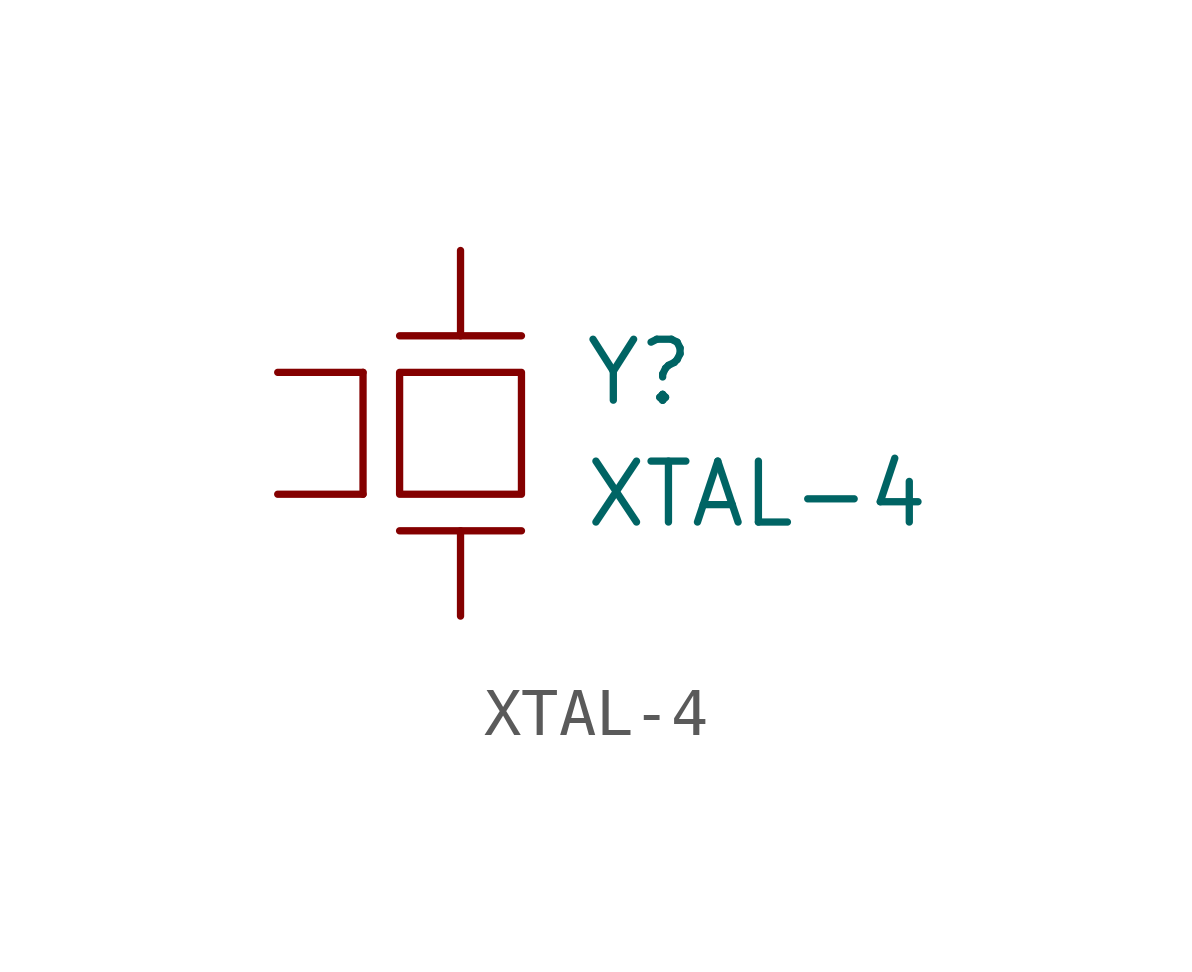
<source format=kicad_sym>
(kicad_symbol_lib
  (version 20211014)
  (generator kicad_symbol_editor)
  (symbol "XTAL-4"
    (pin_numbers hide)
    (pin_names
      (offset 1.016) hide)
    (property "Reference" "Y"
      (at 2.54 1.27 0)
      (effects (font (size 1.27 1.27)) (justify left)))
    (property "Value" "XTAL-4"
      (at 2.54 -1.27 0)
      (effects (font (size 1.27 1.27)) (justify left)))
    (symbol "XTAL-4_0_1"
      (rectangle (start -1.27 1.27) (end 1.27 -1.27) (stroke (width 0) (type default) (color 0 0 0 0)) (fill (type none)))
      (polyline (pts (xy -2.032 1.27) (xy -2.032 -1.27)) (stroke (width 0) (type default) (color 0 0 0 0)) (fill (type none)))
      (polyline (pts (xy -1.27 2.032) (xy 1.27 2.032)) (stroke (width 0) (type default) (color 0 0 0 0)) (fill (type none)))
      (polyline (pts (xy 1.27 -2.032) (xy -1.27 -2.032)) (stroke (width 0) (type default) (color 0 0 0 0)) (fill (type none))))
    (symbol "XTAL-4_1_1"
      (pin passive line (at 0 3.81 270) (length 1.778) (name "~" (effects (font (size 1.27 1.27)))) (number "1" (effects (font (size 1.27 1.27)))))
      (pin input line (at -3.81 1.27 0) (length 1.778) (name "~" (effects (font (size 1.27 1.27)))) (number "2" (effects (font (size 0.762 0.762)))))
      (pin passive line (at 0 -3.81 90) (length 1.778) (name "~" (effects (font (size 1.27 1.27)))) (number "3" (effects (font (size 1.27 1.27)))))
      (pin input line (at -3.81 -1.27 0) (length 1.778) (name "~" (effects (font (size 1.27 1.27)))) (number "4" (effects (font (size 0.762 0.762))))))))
</source>
